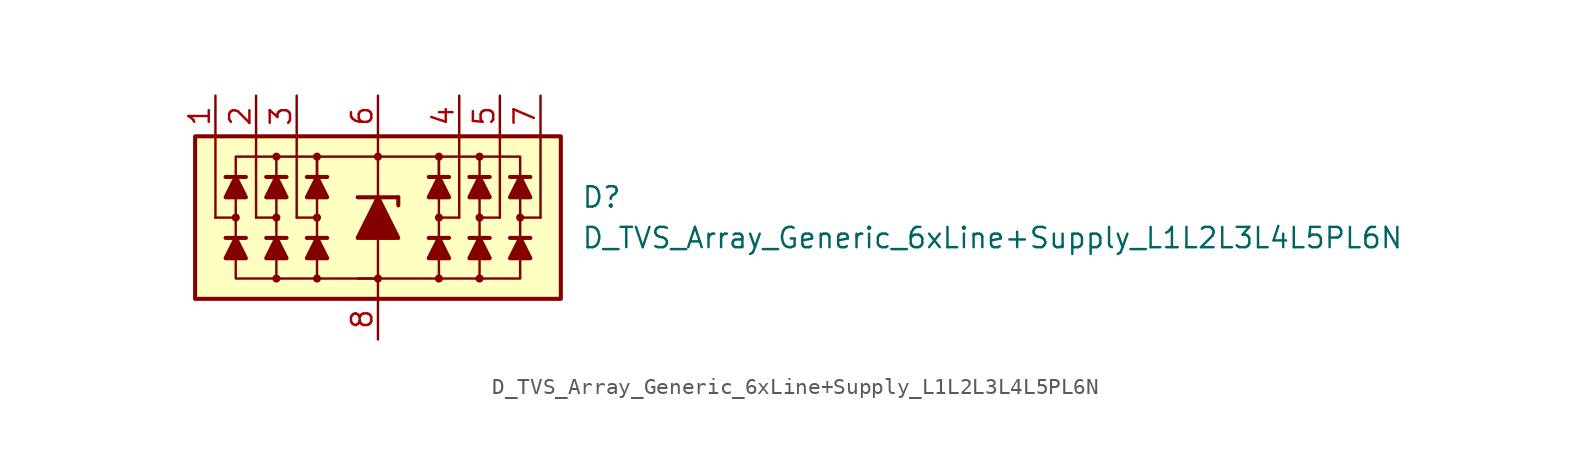
<source format=kicad_sym>
(kicad_symbol_lib
  (version 20231120)
  (generator "kicad_symbol_editor")
  (generator_version "8.0")
  (symbol "D_TVS_Array_Generic_6xLine+Supply_L1L2L3L4L5PL6N"
    (pin_names
      (offset 1.016) hide)
    (property "Reference" "D"
      (at 12.7 1.27 0)
      (effects (font (size 1.27 1.27)) (justify left)))
    (property "Value" "D_TVS_Array_Generic_6xLine+Supply_L1L2L3L4L5PL6N"
      (at 12.7 -1.27 0)
      (effects (font (size 1.27 1.27)) (justify left)))
    (symbol "D_TVS_Array_Generic_6xLine+Supply_L1L2L3L4L5PL6N_0_1"
      (rectangle (start -11.43 5.08) (end 11.43 -5.08) (stroke (width 0.254) (type default)) (fill (type background)))
      (circle (center -3.81 0) (radius 0.178) (stroke (width 0) (type default)) (fill (type outline)))
      (polyline (pts (xy -8.255 -1.27) (xy -9.525 -1.27)) (stroke (width 0.254) (type default)) (fill (type none)))
      (polyline (pts (xy -8.255 2.54) (xy -9.525 2.54)) (stroke (width 0.254) (type default)) (fill (type none)))
      (polyline (pts (xy -5.715 -1.27) (xy -6.985 -1.27)) (stroke (width 0.254) (type default)) (fill (type none)))
      (polyline (pts (xy -5.715 2.54) (xy -6.985 2.54)) (stroke (width 0.254) (type default)) (fill (type none)))
      (polyline (pts (xy -5.08 0) (xy -5.08 5.08)) (stroke (width 0) (type default)) (fill (type none)))
      (polyline (pts (xy -3.81 -1.27) (xy -3.81 1.27)) (stroke (width 0) (type default)) (fill (type none)))
      (polyline (pts (xy -3.81 0) (xy -5.08 0)) (stroke (width 0) (type default)) (fill (type none)))
      (polyline (pts (xy -3.175 -1.27) (xy -4.445 -1.27)) (stroke (width 0.254) (type default)) (fill (type none)))
      (polyline (pts (xy -3.175 2.54) (xy -4.445 2.54)) (stroke (width 0.254) (type default)) (fill (type none)))
      (polyline (pts (xy 0 -1.27) (xy 0 -5.08)) (stroke (width 0) (type default)) (fill (type none)))
      (polyline (pts (xy 0 1.27) (xy 0 5.08)) (stroke (width 0.152) (type default)) (fill (type none)))
      (polyline (pts (xy 3.81 -1.27) (xy 3.81 1.27)) (stroke (width 0) (type default)) (fill (type none)))
      (polyline (pts (xy 3.81 0) (xy 5.08 0)) (stroke (width 0) (type default)) (fill (type none)))
      (polyline (pts (xy 3.81 3.81) (xy 6.35 3.81)) (stroke (width 0.152) (type default)) (fill (type none)))
      (polyline (pts (xy 4.445 -1.27) (xy 3.175 -1.27)) (stroke (width 0.254) (type default)) (fill (type none)))
      (polyline (pts (xy 4.445 2.54) (xy 3.175 2.54)) (stroke (width 0.254) (type default)) (fill (type none)))
      (polyline (pts (xy 5.08 0) (xy 5.08 5.08)) (stroke (width 0) (type default)) (fill (type none)))
      (polyline (pts (xy 6.35 3.81) (xy 6.35 -3.81)) (stroke (width 0.152) (type default)) (fill (type none)))
      (polyline (pts (xy 6.985 -1.27) (xy 5.715 -1.27)) (stroke (width 0.254) (type default)) (fill (type none)))
      (polyline (pts (xy 6.985 2.54) (xy 5.715 2.54)) (stroke (width 0.254) (type default)) (fill (type none)))
      (polyline (pts (xy 8.255 -1.27) (xy 9.525 -1.27)) (stroke (width 0.254) (type default)) (fill (type none)))
      (polyline (pts (xy 8.255 2.54) (xy 9.525 2.54)) (stroke (width 0.254) (type default)) (fill (type none)))
      (polyline (pts (xy 6.35 -3.81) (xy -1.27 -3.81) (xy 0 -3.81)) (stroke (width 0.152) (type default)) (fill (type none)))
      (polyline (pts (xy -8.89 -1.27) (xy -8.255 -2.54) (xy -9.525 -2.54) (xy -8.89 -1.27)) (stroke (width 0.254) (type default)) (fill (type outline)))
      (polyline (pts (xy -8.89 2.54) (xy -8.255 1.27) (xy -9.525 1.27) (xy -8.89 2.54)) (stroke (width 0.254) (type default)) (fill (type outline)))
      (polyline (pts (xy -6.35 -1.27) (xy -5.715 -2.54) (xy -6.985 -2.54) (xy -6.35 -1.27)) (stroke (width 0.254) (type default)) (fill (type outline)))
      (polyline (pts (xy -6.35 2.54) (xy -5.715 1.27) (xy -6.985 1.27) (xy -6.35 2.54)) (stroke (width 0.254) (type default)) (fill (type outline)))
      (polyline (pts (xy -6.35 3.81) (xy -8.89 3.81) (xy -8.89 -3.81) (xy -6.35 -3.81)) (stroke (width 0.152) (type default)) (fill (type none)))
      (polyline (pts (xy -3.81 -1.27) (xy -3.175 -2.54) (xy -4.445 -2.54) (xy -3.81 -1.27)) (stroke (width 0.254) (type default)) (fill (type outline)))
      (polyline (pts (xy -3.81 2.54) (xy -3.81 3.81) (xy 3.81 3.81) (xy 3.81 2.54)) (stroke (width 0) (type default)) (fill (type none)))
      (polyline (pts (xy -3.81 2.54) (xy -3.175 1.27) (xy -4.445 1.27) (xy -3.81 2.54)) (stroke (width 0.254) (type default)) (fill (type outline)))
      (polyline (pts (xy 0 -3.81) (xy -6.35 -3.81) (xy -6.35 3.81) (xy -3.81 3.81)) (stroke (width 0) (type default)) (fill (type none)))
      (polyline (pts (xy 3.81 -1.27) (xy 4.445 -2.54) (xy 3.175 -2.54) (xy 3.81 -1.27)) (stroke (width 0.254) (type default)) (fill (type outline)))
      (polyline (pts (xy 3.81 2.54) (xy 4.445 1.27) (xy 3.175 1.27) (xy 3.81 2.54)) (stroke (width 0.254) (type default)) (fill (type outline)))
      (polyline (pts (xy 6.35 -1.27) (xy 6.985 -2.54) (xy 5.715 -2.54) (xy 6.35 -1.27)) (stroke (width 0.254) (type default)) (fill (type outline)))
      (polyline (pts (xy 6.35 2.54) (xy 6.985 1.27) (xy 5.715 1.27) (xy 6.35 2.54)) (stroke (width 0.254) (type default)) (fill (type outline)))
      (polyline (pts (xy 6.35 3.81) (xy 8.89 3.81) (xy 8.89 -3.81) (xy 6.35 -3.81)) (stroke (width 0.152) (type default)) (fill (type none)))
      (polyline (pts (xy 8.89 -1.27) (xy 8.255 -2.54) (xy 9.525 -2.54) (xy 8.89 -1.27)) (stroke (width 0.254) (type default)) (fill (type outline)))
      (polyline (pts (xy 8.89 2.54) (xy 8.255 1.27) (xy 9.525 1.27) (xy 8.89 2.54)) (stroke (width 0.254) (type default)) (fill (type outline)))
      (circle (center 0 3.81) (radius 0.178) (stroke (width 0) (type default)) (fill (type outline)))
      (circle (center 3.81 0) (radius 0.178) (stroke (width 0) (type default)) (fill (type outline))))
    (symbol "D_TVS_Array_Generic_6xLine+Supply_L1L2L3L4L5PL6N_1_1"
      (circle (center -8.89 0) (radius 0.178) (stroke (width 0) (type default)) (fill (type outline)))
      (circle (center -6.35 -3.81) (radius 0.178) (stroke (width 0) (type default)) (fill (type outline)))
      (circle (center -6.35 0) (radius 0.178) (stroke (width 0) (type default)) (fill (type outline)))
      (circle (center -6.35 3.81) (radius 0.178) (stroke (width 0) (type default)) (fill (type outline)))
      (circle (center -3.81 -3.81) (radius 0.178) (stroke (width 0) (type default)) (fill (type outline)))
      (circle (center -3.81 3.81) (radius 0.178) (stroke (width 0) (type default)) (fill (type outline)))
      (circle (center 0 -3.81) (radius 0.178) (stroke (width 0) (type default)) (fill (type outline)))
      (polyline (pts (xy -10.16 0) (xy -10.16 5.08)) (stroke (width 0) (type default)) (fill (type none)))
      (polyline (pts (xy -8.89 0) (xy -10.16 0)) (stroke (width 0) (type default)) (fill (type none)))
      (polyline (pts (xy -7.62 0) (xy -7.62 5.08)) (stroke (width 0) (type default)) (fill (type none)))
      (polyline (pts (xy -6.35 0) (xy -7.62 0)) (stroke (width 0) (type default)) (fill (type none)))
      (polyline (pts (xy -3.81 -3.81) (xy -3.81 -1.27)) (stroke (width 0) (type default)) (fill (type none)))
      (polyline (pts (xy -3.81 1.27) (xy -3.81 3.81)) (stroke (width 0) (type default)) (fill (type none)))
      (polyline (pts (xy -1.27 1.27) (xy 1.27 1.27)) (stroke (width 0.254) (type default)) (fill (type none)))
      (polyline (pts (xy 0 -1.27) (xy 0 1.27)) (stroke (width 0) (type default)) (fill (type none)))
      (polyline (pts (xy 1.27 1.27) (xy 1.27 0.762)) (stroke (width 0.254) (type default)) (fill (type none)))
      (polyline (pts (xy 3.81 -3.81) (xy 3.81 -1.27)) (stroke (width 0) (type default)) (fill (type none)))
      (polyline (pts (xy 3.81 1.27) (xy 3.81 3.81)) (stroke (width 0) (type default)) (fill (type none)))
      (polyline (pts (xy 6.35 0) (xy 7.62 0)) (stroke (width 0) (type default)) (fill (type none)))
      (polyline (pts (xy 7.62 0) (xy 7.62 5.08)) (stroke (width 0) (type default)) (fill (type none)))
      (polyline (pts (xy 8.89 0) (xy 10.16 0)) (stroke (width 0) (type default)) (fill (type none)))
      (polyline (pts (xy 10.16 0) (xy 10.16 5.08)) (stroke (width 0) (type default)) (fill (type none)))
      (polyline (pts (xy 1.27 -1.27) (xy -1.27 -1.27) (xy 0 1.27) (xy 1.27 -1.27)) (stroke (width 0.254) (type default)) (fill (type outline)))
      (circle (center 3.81 -3.81) (radius 0.178) (stroke (width 0) (type default)) (fill (type outline)))
      (circle (center 3.81 3.81) (radius 0.178) (stroke (width 0) (type default)) (fill (type outline)))
      (circle (center 6.35 -3.81) (radius 0.178) (stroke (width 0) (type default)) (fill (type outline)))
      (circle (center 6.35 0) (radius 0.178) (stroke (width 0) (type default)) (fill (type outline)))
      (circle (center 6.35 3.81) (radius 0.178) (stroke (width 0) (type default)) (fill (type outline)))
      (circle (center 8.89 0) (radius 0.178) (stroke (width 0) (type default)) (fill (type outline)))
      (pin passive line (at -10.16 7.62 270) (length 2.54) (name "L1" (effects (font (size 1.27 1.27)))) (number "1" (effects (font (size 1.27 1.27)))))
      (pin passive line (at -7.62 7.62 270) (length 2.54) (name "L2" (effects (font (size 1.27 1.27)))) (number "2" (effects (font (size 1.27 1.27)))))
      (pin passive line (at -5.08 7.62 270) (length 2.54) (name "L3" (effects (font (size 1.27 1.27)))) (number "3" (effects (font (size 1.27 1.27)))))
      (pin passive line (at 5.08 7.62 270) (length 2.54) (name "L4" (effects (font (size 1.27 1.27)))) (number "4" (effects (font (size 1.27 1.27)))))
      (pin passive line (at 7.62 7.62 270) (length 2.54) (name "L5" (effects (font (size 1.27 1.27)))) (number "5" (effects (font (size 1.27 1.27)))))
      (pin passive line (at 0 7.62 270) (length 2.54) (name "VP" (effects (font (size 1.27 1.27)))) (number "6" (effects (font (size 1.27 1.27)))))
      (pin passive line (at 10.16 7.62 270) (length 2.54) (name "L6" (effects (font (size 1.27 1.27)))) (number "7" (effects (font (size 1.27 1.27)))))
      (pin passive line (at 0 -7.62 90) (length 2.54) (name "VN" (effects (font (size 1.27 1.27)))) (number "8" (effects (font (size 1.27 1.27))))))))
</source>
